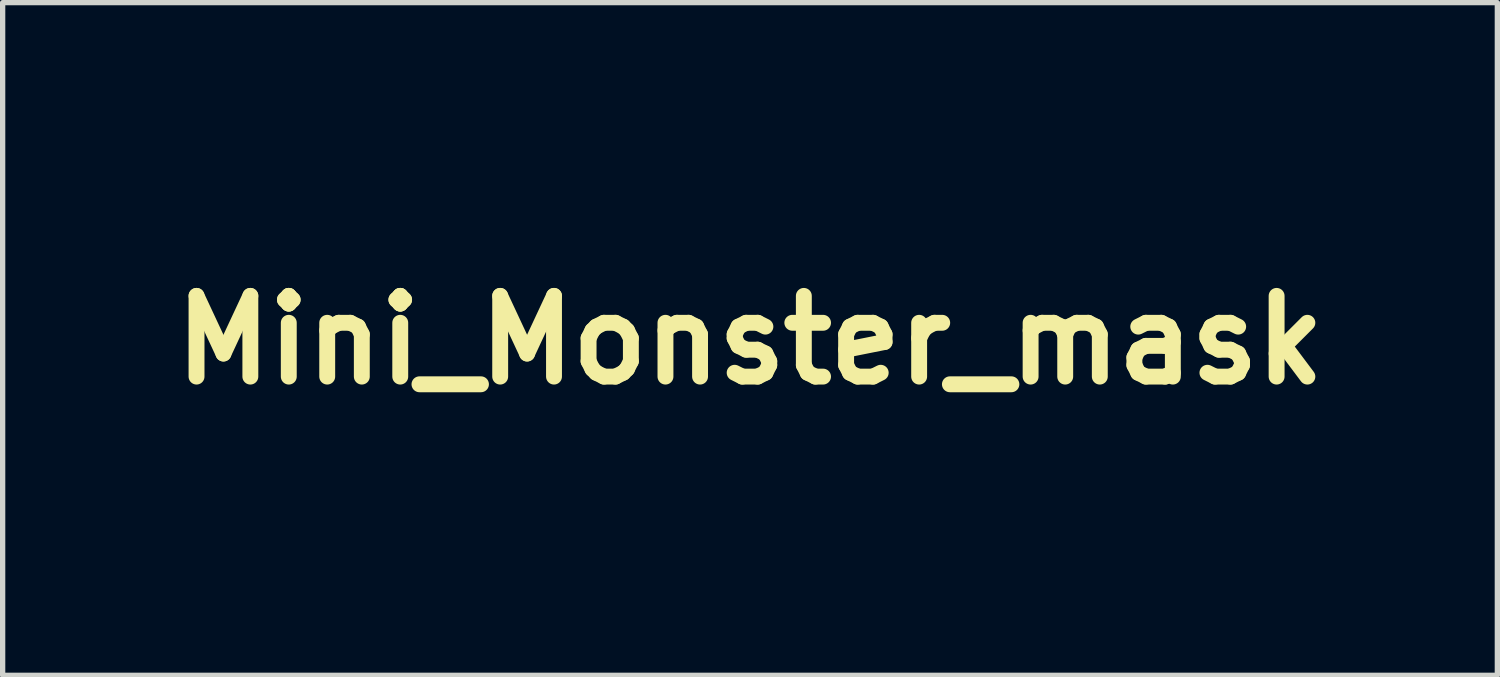
<source format=kicad_pcb>
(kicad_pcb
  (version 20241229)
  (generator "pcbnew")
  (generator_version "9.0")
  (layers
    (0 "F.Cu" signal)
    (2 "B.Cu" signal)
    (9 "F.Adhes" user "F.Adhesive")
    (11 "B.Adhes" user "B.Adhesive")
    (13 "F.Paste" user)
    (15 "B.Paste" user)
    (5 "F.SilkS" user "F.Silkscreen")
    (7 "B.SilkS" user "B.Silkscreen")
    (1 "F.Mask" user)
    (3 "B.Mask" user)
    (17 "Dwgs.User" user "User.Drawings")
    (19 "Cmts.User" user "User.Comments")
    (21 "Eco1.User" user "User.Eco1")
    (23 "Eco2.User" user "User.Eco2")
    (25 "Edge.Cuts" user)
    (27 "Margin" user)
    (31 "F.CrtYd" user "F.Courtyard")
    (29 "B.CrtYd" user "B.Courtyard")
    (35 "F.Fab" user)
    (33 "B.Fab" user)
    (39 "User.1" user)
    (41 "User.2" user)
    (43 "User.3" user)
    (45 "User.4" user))
  (footprint "Mini_Monster_mask"
    (layer "F.Cu")
    (at 11.111 3.371)
    (property "Reference" "Mini_Monster_mask" (at 0 0 180) (layer "F.SilkS") (effects (font (size 1.524 1.524) (thickness 0.3))))
    (attr through_hole)
    (fp_poly (pts (xy 1.879 -3.13) (xy 1.913 -3.118) (xy 1.952 -3.107) (xy 2.002 -3.1) (xy 2.038 -3.099) (xy 2.122 -3.093) (xy 2.189 -3.074) (xy 2.243 -3.039) (xy 2.29 -2.985) (xy 2.332 -2.908) (xy 2.337 -2.898) (xy 2.364 -2.841) (xy 2.391 -2.785) (xy 2.413 -2.74) (xy 2.42 -2.727) (xy 2.447 -2.65) (xy 2.451 -2.605) (xy 2.457 -2.556) (xy 2.474 -2.514) (xy 2.498 -2.486) (xy 2.522 -2.477) (xy 2.536 -2.465) (xy 2.54 -2.433) (xy 2.535 -2.406) (xy 2.52 -2.369) (xy 2.494 -2.318) (xy 2.453 -2.251) (xy 2.446 -2.24) (xy 2.344 -2.066) (xy 2.262 -1.904) (xy 2.198 -1.752) (xy 2.152 -1.606) (xy 2.123 -1.463) (xy 2.109 -1.321) (xy 2.108 -1.263) (xy 2.109 -1.207) (xy 2.111 -1.171) (xy 2.116 -1.151) (xy 2.124 -1.141) (xy 2.133 -1.137) (xy 2.168 -1.114) (xy 2.196 -1.076) (xy 2.209 -1.031) (xy 2.21 -1.02) (xy 2.205 -0.99) (xy 2.193 -0.944) (xy 2.175 -0.889) (xy 2.163 -0.86) (xy 2.129 -0.759) (xy 2.113 -0.676) (xy 2.114 -0.609) (xy 2.134 -0.558) (xy 2.172 -0.521) (xy 2.181 -0.516) (xy 2.234 -0.477) (xy 2.278 -0.419) (xy 2.3 -0.375) (xy 2.317 -0.321) (xy 2.327 -0.26) (xy 2.328 -0.198) (xy 2.323 -0.138) (xy 2.312 -0.087) (xy 2.295 -0.048) (xy 2.272 -0.027) (xy 2.261 -0.025) (xy 2.244 -0.021) (xy 2.236 -0.003) (xy 2.235 0.022) (xy 2.224 0.074) (xy 2.193 0.135) (xy 2.19 0.139) (xy 2.167 0.177) (xy 2.154 0.209) (xy 2.148 0.244) (xy 2.146 0.291) (xy 2.146 0.306) (xy 2.156 0.419) (xy 2.173 0.49) (xy 2.19 0.559) (xy 2.192 0.615) (xy 2.178 0.666) (xy 2.148 0.718) (xy 2.13 0.747) (xy 2.12 0.772) (xy 2.115 0.8) (xy 2.114 0.84) (xy 2.116 0.886) (xy 2.12 0.953) (xy 2.126 1.031) (xy 2.132 1.104) (xy 2.134 1.118) (xy 2.14 1.197) (xy 2.146 1.284) (xy 2.15 1.375) (xy 2.152 1.464) (xy 2.153 1.547) (xy 2.152 1.618) (xy 2.149 1.673) (xy 2.145 1.703) (xy 2.124 1.761) (xy 2.083 1.829) (xy 2.068 1.851) (xy 2.017 1.922) (xy 1.978 1.982) (xy 1.948 2.039) (xy 1.921 2.101) (xy 1.911 2.127) (xy 1.894 2.174) (xy 1.885 2.211) (xy 1.882 2.25) (xy 1.884 2.299) (xy 1.886 2.327) (xy 1.89 2.385) (xy 1.889 2.424) (xy 1.884 2.45) (xy 1.874 2.47) (xy 1.856 2.493) (xy 1.843 2.502) (xy 1.834 2.491) (xy 1.818 2.462) (xy 1.8 2.422) (xy 1.798 2.416) (xy 1.773 2.342) (xy 1.758 2.265) (xy 1.754 2.194) (xy 1.761 2.134) (xy 1.77 2.108) (xy 1.782 2.078) (xy 1.788 2.045) (xy 1.789 2.003) (xy 1.784 1.949) (xy 1.772 1.879) (xy 1.758 1.8) (xy 1.74 1.695) (xy 1.731 1.609) (xy 1.734 1.538) (xy 1.747 1.477) (xy 1.772 1.423) (xy 1.809 1.371) (xy 1.812 1.367) (xy 1.835 1.324) (xy 1.84 1.271) (xy 1.825 1.205) (xy 1.816 1.181) (xy 1.797 1.118) (xy 1.792 1.064) (xy 1.801 1.024) (xy 1.809 1.012) (xy 1.828 0.984) (xy 1.848 0.939) (xy 1.866 0.884) (xy 1.879 0.832) (xy 1.883 0.802) (xy 1.885 0.752) (xy 1.885 0.688) (xy 1.884 0.616) (xy 1.883 0.569) (xy 1.881 0.487) (xy 1.88 0.425) (xy 1.881 0.38) (xy 1.885 0.346) (xy 1.891 0.319) (xy 1.897 0.301) (xy 1.908 0.268) (xy 1.912 0.24) (xy 1.908 0.207) (xy 1.899 0.164) (xy 1.89 0.109) (xy 1.883 0.043) (xy 1.88 -0.02) (xy 1.88 -0.021) (xy 1.878 -0.071) (xy 1.874 -0.109) (xy 1.869 -0.131) (xy 1.867 -0.134) (xy 1.848 -0.154) (xy 1.828 -0.191) (xy 1.809 -0.236) (xy 1.796 -0.28) (xy 1.79 -0.314) (xy 1.793 -0.345) (xy 1.799 -0.395) (xy 1.808 -0.455) (xy 1.818 -0.514) (xy 1.831 -0.601) (xy 1.836 -0.667) (xy 1.833 -0.717) (xy 1.819 -0.754) (xy 1.795 -0.784) (xy 1.764 -0.807) (xy 1.717 -0.845) (xy 1.684 -0.892) (xy 1.664 -0.951) (xy 1.656 -1.024) (xy 1.66 -1.115) (xy 1.676 -1.225) (xy 1.685 -1.284) (xy 1.692 -1.333) (xy 1.694 -1.367) (xy 1.693 -1.381) (xy 1.693 -1.381) (xy 1.656 -1.399) (xy 1.622 -1.426) (xy 1.598 -1.454) (xy 1.593 -1.465) (xy 1.594 -1.508) (xy 1.615 -1.555) (xy 1.651 -1.599) (xy 1.685 -1.625) (xy 1.739 -1.66) (xy 1.744 -1.925) (xy 1.747 -2.042) (xy 1.752 -2.136) (xy 1.758 -2.212) (xy 1.767 -2.271) (xy 1.77 -2.29) (xy 1.781 -2.345) (xy 1.785 -2.381) (xy 1.781 -2.402) (xy 1.778 -2.407) (xy 1.76 -2.419) (xy 1.724 -2.435) (xy 1.677 -2.452) (xy 1.66 -2.458) (xy 1.607 -2.477) (xy 1.559 -2.496) (xy 1.526 -2.513) (xy 1.52 -2.517) (xy 1.493 -2.532) (xy 1.467 -2.534) (xy 1.439 -2.527) (xy 1.375 -2.516) (xy 1.292 -2.522) (xy 1.193 -2.543) (xy 1.105 -2.569) (xy 1.048 -2.588) (xy 0.999 -2.604) (xy 0.963 -2.615) (xy 0.947 -2.619) (xy 0.924 -2.63) (xy 0.918 -2.647) (xy 0.933 -2.662) (xy 0.935 -2.663) (xy 0.958 -2.678) (xy 0.986 -2.702) (xy 0.99 -2.706) (xy 1.018 -2.725) (xy 1.065 -2.748) (xy 1.127 -2.773) (xy 1.197 -2.797) (xy 1.271 -2.82) (xy 1.343 -2.839) (xy 1.408 -2.852) (xy 1.438 -2.856) (xy 1.488 -2.863) (xy 1.52 -2.872) (xy 1.541 -2.885) (xy 1.555 -2.9) (xy 1.596 -2.952) (xy 1.628 -2.987) (xy 1.652 -3.006) (xy 1.673 -3.014) (xy 1.673 -3.014) (xy 1.703 -3.023) (xy 1.717 -3.033) (xy 1.74 -3.046) (xy 1.749 -3.048) (xy 1.766 -3.058) (xy 1.787 -3.083) (xy 1.792 -3.092) (xy 1.816 -3.123) (xy 1.843 -3.135) (xy 1.879 -3.13)) (stroke (width 0.01) (type solid)) (fill yes) (layer "F.Mask"))
    (fp_poly (pts (xy 0.356 -3.364) (xy 0.374 -3.358) (xy 0.382 -3.342) (xy 0.383 -3.332) (xy 0.393 -3.306) (xy 0.42 -3.289) (xy 0.432 -3.285) (xy 0.468 -3.266) (xy 0.48 -3.243) (xy 0.494 -3.219) (xy 0.522 -3.208) (xy 0.552 -3.195) (xy 0.588 -3.169) (xy 0.609 -3.15) (xy 0.651 -3.114) (xy 0.685 -3.1) (xy 0.695 -3.099) (xy 0.74 -3.091) (xy 0.77 -3.066) (xy 0.788 -3.02) (xy 0.793 -2.992) (xy 0.802 -2.943) (xy 0.816 -2.914) (xy 0.84 -2.9) (xy 0.873 -2.893) (xy 0.915 -2.889) (xy 0.786 -2.743) (xy 0.716 -2.661) (xy 0.661 -2.59) (xy 0.62 -2.524) (xy 0.592 -2.46) (xy 0.575 -2.393) (xy 0.567 -2.317) (xy 0.568 -2.229) (xy 0.576 -2.123) (xy 0.583 -2.056) (xy 0.599 -1.913) (xy 0.612 -1.794) (xy 0.623 -1.695) (xy 0.632 -1.616) (xy 0.64 -1.554) (xy 0.647 -1.507) (xy 0.653 -1.472) (xy 0.658 -1.449) (xy 0.663 -1.434) (xy 0.668 -1.426) (xy 0.674 -1.423) (xy 0.68 -1.422) (xy 0.694 -1.412) (xy 0.698 -1.386) (xy 0.691 -1.35) (xy 0.675 -1.309) (xy 0.652 -1.269) (xy 0.642 -1.256) (xy 0.626 -1.235) (xy 0.617 -1.213) (xy 0.612 -1.183) (xy 0.61 -1.138) (xy 0.61 -1.106) (xy 0.609 -1.051) (xy 0.606 -1.014) (xy 0.599 -0.991) (xy 0.588 -0.976) (xy 0.583 -0.97) (xy 0.568 -0.954) (xy 0.561 -0.934) (xy 0.56 -0.903) (xy 0.563 -0.863) (xy 0.567 -0.825) (xy 0.575 -0.786) (xy 0.587 -0.741) (xy 0.604 -0.686) (xy 0.629 -0.618) (xy 0.662 -0.532) (xy 0.678 -0.489) (xy 0.707 -0.402) (xy 0.722 -0.324) (xy 0.722 -0.259) (xy 0.709 -0.21) (xy 0.708 -0.208) (xy 0.68 -0.168) (xy 0.642 -0.126) (xy 0.601 -0.087) (xy 0.564 -0.06) (xy 0.55 -0.052) (xy 0.513 -0.024) (xy 0.49 0.023) (xy 0.483 0.09) (xy 0.483 0.091) (xy 0.476 0.146) (xy 0.458 0.195) (xy 0.433 0.231) (xy 0.42 0.241) (xy 0.398 0.266) (xy 0.394 0.291) (xy 0.386 0.327) (xy 0.368 0.359) (xy 0.356 0.378) (xy 0.349 0.401) (xy 0.345 0.435) (xy 0.343 0.485) (xy 0.343 0.523) (xy 0.344 0.589) (xy 0.347 0.67) (xy 0.351 0.755) (xy 0.355 0.826) (xy 0.359 0.993) (xy 0.349 1.173) (xy 0.326 1.357) (xy 0.311 1.441) (xy 0.299 1.526) (xy 0.294 1.627) (xy 0.295 1.736) (xy 0.301 1.845) (xy 0.313 1.947) (xy 0.329 2.033) (xy 0.33 2.035) (xy 0.347 2.095) (xy 0.363 2.133) (xy 0.376 2.146) (xy 0.376 2.146) (xy 0.392 2.137) (xy 0.394 2.13) (xy 0.398 2.124) (xy 0.406 2.134) (xy 0.416 2.165) (xy 0.418 2.212) (xy 0.413 2.269) (xy 0.403 2.33) (xy 0.388 2.389) (xy 0.37 2.44) (xy 0.351 2.479) (xy 0.331 2.498) (xy 0.329 2.499) (xy 0.318 2.504) (xy 0.31 2.517) (xy 0.306 2.542) (xy 0.304 2.583) (xy 0.302 2.634) (xy 0.302 2.707) (xy 0.302 2.792) (xy 0.303 2.872) (xy 0.304 2.896) (xy 0.305 2.957) (xy 0.304 2.998) (xy 0.3 3.026) (xy 0.292 3.046) (xy 0.281 3.063) (xy 0.262 3.094) (xy 0.254 3.124) (xy 0.254 3.124) (xy 0.244 3.172) (xy 0.215 3.225) (xy 0.172 3.275) (xy 0.164 3.283) (xy 0.127 3.314) (xy 0.102 3.326) (xy 0.088 3.318) (xy 0.08 3.287) (xy 0.078 3.233) (xy 0.077 3.232) (xy 0.078 3.18) (xy 0.081 3.149) (xy 0.089 3.133) (xy 0.095 3.129) (xy 0.11 3.111) (xy 0.114 3.085) (xy 0.118 3.053) (xy 0.129 3.009) (xy 0.142 2.969) (xy 0.163 2.895) (xy 0.169 2.837) (xy 0.16 2.786) (xy 0.134 2.736) (xy 0.124 2.722) (xy 0.051 2.603) (xy 0.001 2.479) (xy -0.005 2.454) (xy -0.011 2.43) (xy -0.015 2.401) (xy -0.018 2.365) (xy -0.021 2.319) (xy -0.022 2.261) (xy -0.022 2.186) (xy -0.022 2.093) (xy -0.021 1.979) (xy -0.02 1.937) (xy -0.015 1.497) (xy -0.052 1.418) (xy -0.085 1.332) (xy -0.098 1.259) (xy -0.091 1.198) (xy -0.083 1.178) (xy -0.071 1.148) (xy -0.069 1.125) (xy -0.079 1.098) (xy -0.087 1.083) (xy -0.125 0.992) (xy -0.146 0.898) (xy -0.151 0.792) (xy -0.15 0.763) (xy -0.148 0.733) (xy -0.147 0.708) (xy -0.144 0.684) (xy -0.14 0.659) (xy -0.134 0.631) (xy -0.124 0.596) (xy -0.111 0.553) (xy -0.093 0.498) (xy -0.069 0.429) (xy -0.039 0.344) (xy -0.002 0.238) (xy 0.03 0.147) (xy 0.052 0.086) (xy 0.073 0.034) (xy 0.09 -0.004) (xy 0.101 -0.024) (xy 0.103 -0.026) (xy 0.109 -0.036) (xy 0.112 -0.055) (xy 0.109 -0.088) (xy 0.102 -0.136) (xy 0.089 -0.202) (xy 0.071 -0.29) (xy 0.063 -0.324) (xy 0.032 -0.475) (xy 0.01 -0.607) (xy -0.004 -0.723) (xy -0.009 -0.827) (xy -0.006 -0.924) (xy 0.005 -1.017) (xy 0.014 -1.071) (xy 0.022 -1.112) (xy 0.023 -1.137) (xy 0.016 -1.152) (xy 0.001 -1.164) (xy 0.001 -1.164) (xy -0.024 -1.186) (xy -0.042 -1.214) (xy -0.053 -1.253) (xy -0.058 -1.305) (xy -0.059 -1.375) (xy -0.056 -1.452) (xy -0.053 -1.524) (xy -0.052 -1.575) (xy -0.053 -1.611) (xy -0.056 -1.636) (xy -0.063 -1.656) (xy -0.073 -1.675) (xy -0.074 -1.676) (xy -0.09 -1.707) (xy -0.099 -1.738) (xy -0.099 -1.776) (xy -0.092 -1.826) (xy -0.078 -1.893) (xy -0.075 -1.903) (xy -0.062 -1.97) (xy -0.058 -2.018) (xy -0.066 -2.054) (xy -0.087 -2.084) (xy -0.123 -2.113) (xy -0.129 -2.117) (xy -0.163 -2.142) (xy -0.18 -2.165) (xy -0.187 -2.195) (xy -0.188 -2.205) (xy -0.186 -2.241) (xy -0.178 -2.292) (xy -0.164 -2.35) (xy -0.159 -2.368) (xy -0.138 -2.459) (xy -0.128 -2.543) (xy -0.13 -2.613) (xy -0.135 -2.638) (xy -0.151 -2.662) (xy -0.174 -2.667) (xy -0.214 -2.674) (xy -0.247 -2.697) (xy -0.277 -2.74) (xy -0.286 -2.757) (xy -0.319 -2.821) (xy -0.431 -2.817) (xy -0.489 -2.816) (xy -0.527 -2.819) (xy -0.551 -2.825) (xy -0.568 -2.835) (xy -0.568 -2.836) (xy -0.588 -2.847) (xy -0.618 -2.854) (xy -0.665 -2.857) (xy -0.696 -2.858) (xy -0.748 -2.856) (xy -0.784 -2.852) (xy -0.8 -2.846) (xy -0.8 -2.845) (xy -0.809 -2.829) (xy -0.831 -2.805) (xy -0.84 -2.796) (xy -0.879 -2.761) (xy -0.877 -2.625) (xy -0.877 -2.563) (xy -0.879 -2.507) (xy -0.881 -2.463) (xy -0.884 -2.444) (xy -0.89 -2.418) (xy -0.9 -2.405) (xy -0.923 -2.401) (xy -0.956 -2.4) (xy -0.998 -2.397) (xy -1.034 -2.386) (xy -1.075 -2.363) (xy -1.088 -2.354) (xy -1.156 -2.307) (xy -1.156 -2.101) (xy -1.156 -2.025) (xy -1.155 -1.97) (xy -1.153 -1.933) (xy -1.15 -1.91) (xy -1.144 -1.897) (xy -1.136 -1.891) (xy -1.129 -1.888) (xy -1.112 -1.881) (xy -1.106 -1.865) (xy -1.107 -1.834) (xy -1.108 -1.823) (xy -1.113 -1.795) (xy -1.121 -1.768) (xy -1.136 -1.738) (xy -1.161 -1.7) (xy -1.198 -1.649) (xy -1.215 -1.626) (xy -1.229 -1.605) (xy -1.238 -1.587) (xy -1.242 -1.563) (xy -1.244 -1.53) (xy -1.243 -1.481) (xy -1.241 -1.435) (xy -1.233 -1.336) (xy -1.218 -1.239) (xy -1.194 -1.139) (xy -1.16 -1.03) (xy -1.115 -0.907) (xy -1.098 -0.863) (xy -1.059 -0.763) (xy -1.028 -0.683) (xy -1.006 -0.621) (xy -0.991 -0.575) (xy -0.982 -0.542) (xy -0.978 -0.519) (xy -0.978 -0.514) (xy -0.984 -0.481) (xy -0.999 -0.439) (xy -1.019 -0.396) (xy -1.04 -0.364) (xy -1.048 -0.356) (xy -1.056 -0.344) (xy -1.061 -0.322) (xy -1.065 -0.287) (xy -1.066 -0.233) (xy -1.067 -0.168) (xy -1.067 -0.099) (xy -1.065 -0.049) (xy -1.062 -0.014) (xy -1.056 0.012) (xy -1.047 0.034) (xy -1.033 0.059) (xy -1.03 0.064) (xy -0.984 0.155) (xy -0.958 0.246) (xy -0.952 0.335) (xy -0.965 0.417) (xy -0.997 0.488) (xy -1.026 0.524) (xy -1.05 0.558) (xy -1.057 0.596) (xy -1.056 0.607) (xy -1.059 0.645) (xy -1.069 0.694) (xy -1.079 0.729) (xy -1.093 0.774) (xy -1.102 0.814) (xy -1.105 0.835) (xy -1.114 0.863) (xy -1.13 0.873) (xy -1.144 0.88) (xy -1.152 0.895) (xy -1.155 0.926) (xy -1.156 0.96) (xy -1.153 1.009) (xy -1.146 1.072) (xy -1.136 1.139) (xy -1.13 1.171) (xy -1.117 1.26) (xy -1.108 1.357) (xy -1.105 1.455) (xy -1.106 1.547) (xy -1.113 1.628) (xy -1.126 1.689) (xy -1.133 1.72) (xy -1.138 1.761) (xy -1.143 1.814) (xy -1.146 1.884) (xy -1.148 1.973) (xy -1.15 2.066) (xy -1.151 2.164) (xy -1.152 2.239) (xy -1.151 2.295) (xy -1.149 2.336) (xy -1.146 2.365) (xy -1.142 2.384) (xy -1.136 2.397) (xy -1.132 2.403) (xy -1.119 2.431) (xy -1.112 2.473) (xy -1.111 2.521) (xy -1.112 2.568) (xy -1.116 2.596) (xy -1.124 2.609) (xy -1.134 2.614) (xy -1.154 2.612) (xy -1.174 2.595) (xy -1.197 2.561) (xy -1.224 2.508) (xy -1.242 2.468) (xy -1.258 2.425) (xy -1.272 2.374) (xy -1.286 2.313) (xy -1.3 2.238) (xy -1.315 2.146) (xy -1.332 2.032) (xy -1.334 2.012) (xy -1.374 1.734) (xy -1.423 1.681) (xy -1.455 1.638) (xy -1.475 1.597) (xy -1.478 1.585) (xy -1.483 1.546) (xy -1.487 1.489) (xy -1.492 1.419) (xy -1.495 1.345) (xy -1.498 1.272) (xy -1.5 1.208) (xy -1.5 1.159) (xy -1.5 1.159) (xy -1.501 1.105) (xy -1.509 1.064) (xy -1.529 1.026) (xy -1.563 0.984) (xy -1.576 0.969) (xy -1.611 0.926) (xy -1.631 0.888) (xy -1.635 0.849) (xy -1.623 0.804) (xy -1.594 0.749) (xy -1.564 0.7) (xy -1.538 0.658) (xy -1.52 0.622) (xy -1.511 0.598) (xy -1.511 0.597) (xy -1.506 0.573) (xy -1.494 0.536) (xy -1.484 0.513) (xy -1.464 0.445) (xy -1.456 0.36) (xy -1.459 0.265) (xy -1.473 0.166) (xy -1.498 0.067) (xy -1.526 -0.011) (xy -1.535 -0.034) (xy -1.541 -0.062) (xy -1.545 -0.097) (xy -1.548 -0.145) (xy -1.549 -0.209) (xy -1.549 -0.294) (xy -1.55 -0.377) (xy -1.55 -0.438) (xy -1.552 -0.482) (xy -1.556 -0.512) (xy -1.561 -0.533) (xy -1.569 -0.55) (xy -1.576 -0.56) (xy -1.591 -0.591) (xy -1.607 -0.637) (xy -1.621 -0.689) (xy -1.622 -0.694) (xy -1.635 -0.747) (xy -1.651 -0.79) (xy -1.665 -0.814) (xy -1.683 -0.846) (xy -1.689 -0.879) (xy -1.695 -0.913) (xy -1.717 -0.942) (xy -1.732 -0.955) (xy -1.785 -1.013) (xy -1.822 -1.087) (xy -1.841 -1.173) (xy -1.843 -1.222) (xy -1.843 -1.252) (xy -1.841 -1.28) (xy -1.837 -1.309) (xy -1.83 -1.344) (xy -1.82 -1.386) (xy -1.805 -1.44) (xy -1.784 -1.51) (xy -1.757 -1.597) (xy -1.736 -1.665) (xy -1.717 -1.734) (xy -1.7 -1.805) (xy -1.687 -1.868) (xy -1.682 -1.907) (xy -1.679 -1.985) (xy -1.687 -2.047) (xy -1.709 -2.101) (xy -1.747 -2.156) (xy -1.784 -2.196) (xy -1.838 -2.255) (xy -1.876 -2.305) (xy -1.899 -2.351) (xy -1.912 -2.401) (xy -1.917 -2.46) (xy -1.918 -2.492) (xy -1.919 -2.548) (xy -1.922 -2.585) (xy -1.929 -2.609) (xy -1.941 -2.626) (xy -1.943 -2.629) (xy -1.97 -2.648) (xy -1.992 -2.654) (xy -2.018 -2.662) (xy -2.046 -2.681) (xy -2.061 -2.693) (xy -2.078 -2.7) (xy -2.102 -2.704) (xy -2.139 -2.704) (xy -2.193 -2.702) (xy -2.219 -2.7) (xy -2.306 -2.698) (xy -2.37 -2.702) (xy -2.41 -2.713) (xy -2.425 -2.73) (xy -2.426 -2.733) (xy -2.438 -2.736) (xy -2.47 -2.74) (xy -2.52 -2.742) (xy -2.581 -2.743) (xy -2.604 -2.743) (xy -2.675 -2.743) (xy -2.725 -2.745) (xy -2.756 -2.747) (xy -2.773 -2.751) (xy -2.779 -2.758) (xy -2.779 -2.764) (xy -2.768 -2.774) (xy -2.738 -2.789) (xy -2.688 -2.809) (xy -2.616 -2.835) (xy -2.522 -2.866) (xy -2.382 -2.909) (xy -2.259 -2.942) (xy -2.15 -2.964) (xy -2.05 -2.978) (xy -1.955 -2.984) (xy -1.926 -2.984) (xy -1.873 -2.985) (xy -1.836 -2.99) (xy -1.807 -3) (xy -1.776 -3.018) (xy -1.769 -3.023) (xy -1.684 -3.075) (xy -1.608 -3.109) (xy -1.56 -3.123) (xy -1.52 -3.129) (xy -1.488 -3.124) (xy -1.46 -3.11) (xy -1.424 -3.083) (xy -1.393 -3.05) (xy -1.39 -3.046) (xy -1.365 -3.008) (xy -1.238 -3.015) (xy -1.15 -3.018) (xy -1.083 -3.013) (xy -1.034 -3.001) (xy -1 -2.981) (xy -0.986 -2.965) (xy -0.967 -2.944) (xy -0.947 -2.937) (xy -0.913 -2.94) (xy -0.91 -2.941) (xy -0.855 -2.954) (xy -0.814 -2.974) (xy -0.786 -2.998) (xy -0.758 -3.017) (xy -0.735 -3.023) (xy -0.705 -3.029) (xy -0.675 -3.041) (xy -0.608 -3.072) (xy -0.521 -3.105) (xy -0.417 -3.139) (xy -0.301 -3.171) (xy -0.177 -3.2) (xy -0.085 -3.22) (xy -0.025 -3.232) (xy 0.027 -3.245) (xy 0.065 -3.256) (xy 0.083 -3.264) (xy 0.105 -3.275) (xy 0.142 -3.288) (xy 0.168 -3.294) (xy 0.214 -3.308) (xy 0.24 -3.325) (xy 0.247 -3.337) (xy 0.26 -3.355) (xy 0.282 -3.363) (xy 0.32 -3.366) (xy 0.356 -3.364)) (stroke (width 0.01) (type solid)) (fill yes) (layer "F.Mask")))
  (gr_rect
    (start -3 -3)
    (end 25.221 9.701)
    (stroke (width 0.1) (type default))
    (fill no)
    (layer "Edge.Cuts")))
</source>
